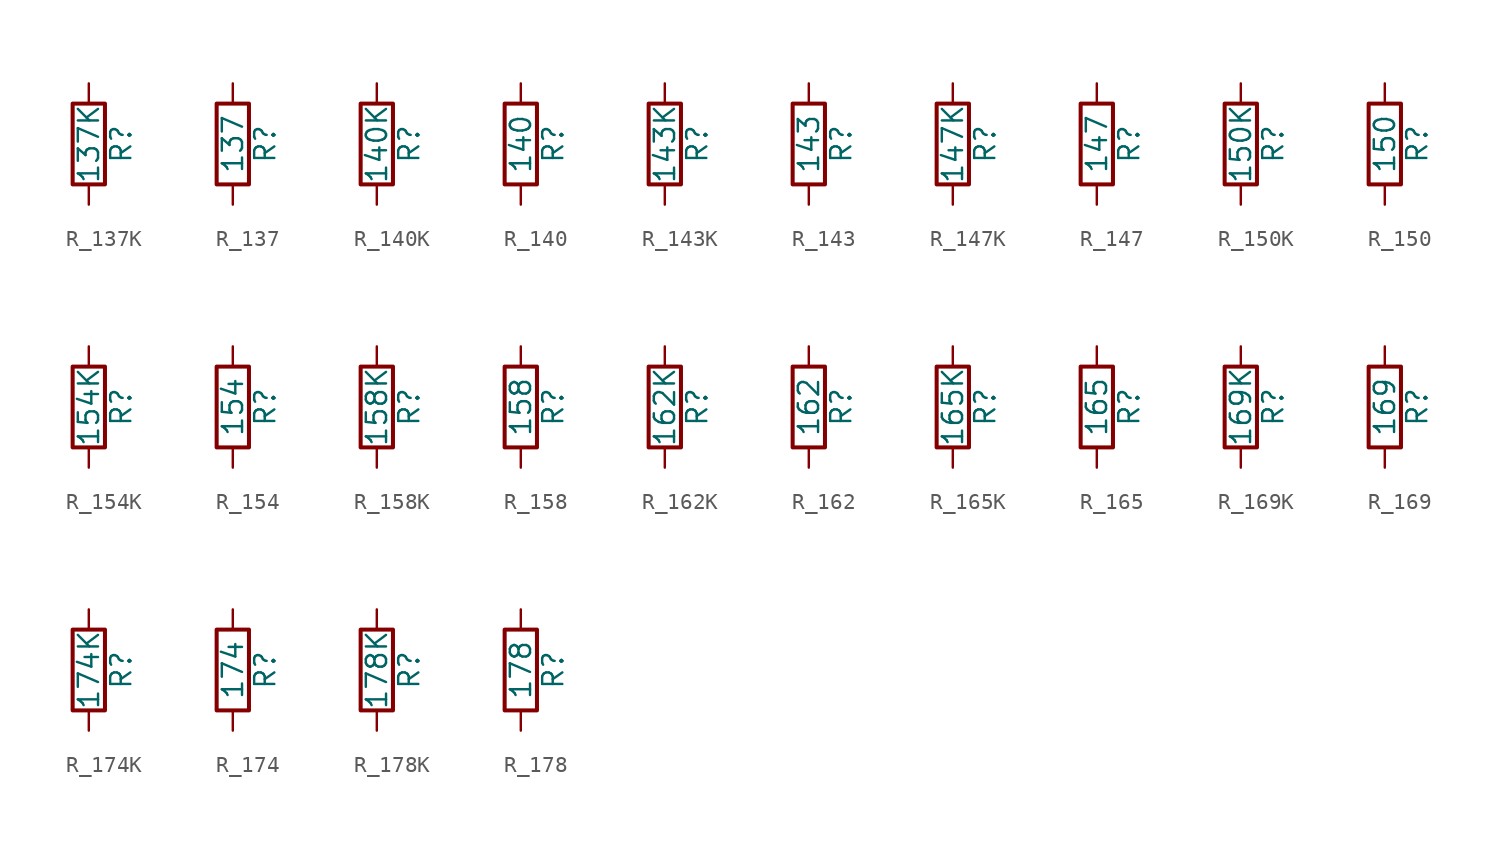
<source format=kicad_sym>
(kicad_symbol_lib
  (version 20211014)
  (generator atlantix-eda)
  (symbol "R_137K"
    (pin_numbers hide)
    (pin_names
      (offset 0))
    (property "Reference" "R"
      (at 2.032 0 90)
      (effects (font (size 1.27 1.27))))
    (property "Value" "137K"
      (at 0 0 90)
      (effects (font (size 1.27 1.27))))
    (symbol "R_137K_0_1"
      (rectangle (start -1.016 -2.54) (end 1.016 2.54) (stroke (width 0.254) (type default) (color 0 0 0 0)) (fill (type none))))
    (symbol "R_137K_1_1"
      (pin passive line (at 0 3.81 270) (length 1.27) (name "~" (effects (font (size 1.27 1.27)))) (number "1" (effects (font (size 1.27 1.27)))))
      (pin passive line (at 0 -3.81 90) (length 1.27) (name "~" (effects (font (size 1.27 1.27)))) (number "2" (effects (font (size 1.27 1.27)))))))
  (symbol "R_137"
    (pin_numbers hide)
    (pin_names
      (offset 0))
    (property "Reference" "R"
      (at 2.032 0 90)
      (effects (font (size 1.27 1.27))))
    (property "Value" "137"
      (at 0 0 90)
      (effects (font (size 1.27 1.27))))
    (symbol "R_137_0_1"
      (rectangle (start -1.016 -2.54) (end 1.016 2.54) (stroke (width 0.254) (type default) (color 0 0 0 0)) (fill (type none))))
    (symbol "R_137_1_1"
      (pin passive line (at 0 3.81 270) (length 1.27) (name "~" (effects (font (size 1.27 1.27)))) (number "1" (effects (font (size 1.27 1.27)))))
      (pin passive line (at 0 -3.81 90) (length 1.27) (name "~" (effects (font (size 1.27 1.27)))) (number "2" (effects (font (size 1.27 1.27)))))))
  (symbol "R_140K"
    (pin_numbers hide)
    (pin_names
      (offset 0))
    (property "Reference" "R"
      (at 2.032 0 90)
      (effects (font (size 1.27 1.27))))
    (property "Value" "140K"
      (at 0 0 90)
      (effects (font (size 1.27 1.27))))
    (symbol "R_140K_0_1"
      (rectangle (start -1.016 -2.54) (end 1.016 2.54) (stroke (width 0.254) (type default) (color 0 0 0 0)) (fill (type none))))
    (symbol "R_140K_1_1"
      (pin passive line (at 0 3.81 270) (length 1.27) (name "~" (effects (font (size 1.27 1.27)))) (number "1" (effects (font (size 1.27 1.27)))))
      (pin passive line (at 0 -3.81 90) (length 1.27) (name "~" (effects (font (size 1.27 1.27)))) (number "2" (effects (font (size 1.27 1.27)))))))
  (symbol "R_140"
    (pin_numbers hide)
    (pin_names
      (offset 0))
    (property "Reference" "R"
      (at 2.032 0 90)
      (effects (font (size 1.27 1.27))))
    (property "Value" "140"
      (at 0 0 90)
      (effects (font (size 1.27 1.27))))
    (symbol "R_140_0_1"
      (rectangle (start -1.016 -2.54) (end 1.016 2.54) (stroke (width 0.254) (type default) (color 0 0 0 0)) (fill (type none))))
    (symbol "R_140_1_1"
      (pin passive line (at 0 3.81 270) (length 1.27) (name "~" (effects (font (size 1.27 1.27)))) (number "1" (effects (font (size 1.27 1.27)))))
      (pin passive line (at 0 -3.81 90) (length 1.27) (name "~" (effects (font (size 1.27 1.27)))) (number "2" (effects (font (size 1.27 1.27)))))))
  (symbol "R_143K"
    (pin_numbers hide)
    (pin_names
      (offset 0))
    (property "Reference" "R"
      (at 2.032 0 90)
      (effects (font (size 1.27 1.27))))
    (property "Value" "143K"
      (at 0 0 90)
      (effects (font (size 1.27 1.27))))
    (symbol "R_143K_0_1"
      (rectangle (start -1.016 -2.54) (end 1.016 2.54) (stroke (width 0.254) (type default) (color 0 0 0 0)) (fill (type none))))
    (symbol "R_143K_1_1"
      (pin passive line (at 0 3.81 270) (length 1.27) (name "~" (effects (font (size 1.27 1.27)))) (number "1" (effects (font (size 1.27 1.27)))))
      (pin passive line (at 0 -3.81 90) (length 1.27) (name "~" (effects (font (size 1.27 1.27)))) (number "2" (effects (font (size 1.27 1.27)))))))
  (symbol "R_143"
    (pin_numbers hide)
    (pin_names
      (offset 0))
    (property "Reference" "R"
      (at 2.032 0 90)
      (effects (font (size 1.27 1.27))))
    (property "Value" "143"
      (at 0 0 90)
      (effects (font (size 1.27 1.27))))
    (symbol "R_143_0_1"
      (rectangle (start -1.016 -2.54) (end 1.016 2.54) (stroke (width 0.254) (type default) (color 0 0 0 0)) (fill (type none))))
    (symbol "R_143_1_1"
      (pin passive line (at 0 3.81 270) (length 1.27) (name "~" (effects (font (size 1.27 1.27)))) (number "1" (effects (font (size 1.27 1.27)))))
      (pin passive line (at 0 -3.81 90) (length 1.27) (name "~" (effects (font (size 1.27 1.27)))) (number "2" (effects (font (size 1.27 1.27)))))))
  (symbol "R_147K"
    (pin_numbers hide)
    (pin_names
      (offset 0))
    (property "Reference" "R"
      (at 2.032 0 90)
      (effects (font (size 1.27 1.27))))
    (property "Value" "147K"
      (at 0 0 90)
      (effects (font (size 1.27 1.27))))
    (symbol "R_147K_0_1"
      (rectangle (start -1.016 -2.54) (end 1.016 2.54) (stroke (width 0.254) (type default) (color 0 0 0 0)) (fill (type none))))
    (symbol "R_147K_1_1"
      (pin passive line (at 0 3.81 270) (length 1.27) (name "~" (effects (font (size 1.27 1.27)))) (number "1" (effects (font (size 1.27 1.27)))))
      (pin passive line (at 0 -3.81 90) (length 1.27) (name "~" (effects (font (size 1.27 1.27)))) (number "2" (effects (font (size 1.27 1.27)))))))
  (symbol "R_147"
    (pin_numbers hide)
    (pin_names
      (offset 0))
    (property "Reference" "R"
      (at 2.032 0 90)
      (effects (font (size 1.27 1.27))))
    (property "Value" "147"
      (at 0 0 90)
      (effects (font (size 1.27 1.27))))
    (symbol "R_147_0_1"
      (rectangle (start -1.016 -2.54) (end 1.016 2.54) (stroke (width 0.254) (type default) (color 0 0 0 0)) (fill (type none))))
    (symbol "R_147_1_1"
      (pin passive line (at 0 3.81 270) (length 1.27) (name "~" (effects (font (size 1.27 1.27)))) (number "1" (effects (font (size 1.27 1.27)))))
      (pin passive line (at 0 -3.81 90) (length 1.27) (name "~" (effects (font (size 1.27 1.27)))) (number "2" (effects (font (size 1.27 1.27)))))))
  (symbol "R_150K"
    (pin_numbers hide)
    (pin_names
      (offset 0))
    (property "Reference" "R"
      (at 2.032 0 90)
      (effects (font (size 1.27 1.27))))
    (property "Value" "150K"
      (at 0 0 90)
      (effects (font (size 1.27 1.27))))
    (symbol "R_150K_0_1"
      (rectangle (start -1.016 -2.54) (end 1.016 2.54) (stroke (width 0.254) (type default) (color 0 0 0 0)) (fill (type none))))
    (symbol "R_150K_1_1"
      (pin passive line (at 0 3.81 270) (length 1.27) (name "~" (effects (font (size 1.27 1.27)))) (number "1" (effects (font (size 1.27 1.27)))))
      (pin passive line (at 0 -3.81 90) (length 1.27) (name "~" (effects (font (size 1.27 1.27)))) (number "2" (effects (font (size 1.27 1.27)))))))
  (symbol "R_150"
    (pin_numbers hide)
    (pin_names
      (offset 0))
    (property "Reference" "R"
      (at 2.032 0 90)
      (effects (font (size 1.27 1.27))))
    (property "Value" "150"
      (at 0 0 90)
      (effects (font (size 1.27 1.27))))
    (symbol "R_150_0_1"
      (rectangle (start -1.016 -2.54) (end 1.016 2.54) (stroke (width 0.254) (type default) (color 0 0 0 0)) (fill (type none))))
    (symbol "R_150_1_1"
      (pin passive line (at 0 3.81 270) (length 1.27) (name "~" (effects (font (size 1.27 1.27)))) (number "1" (effects (font (size 1.27 1.27)))))
      (pin passive line (at 0 -3.81 90) (length 1.27) (name "~" (effects (font (size 1.27 1.27)))) (number "2" (effects (font (size 1.27 1.27)))))))
  (symbol "R_154K"
    (pin_numbers hide)
    (pin_names
      (offset 0))
    (property "Reference" "R"
      (at 2.032 0 90)
      (effects (font (size 1.27 1.27))))
    (property "Value" "154K"
      (at 0 0 90)
      (effects (font (size 1.27 1.27))))
    (symbol "R_154K_0_1"
      (rectangle (start -1.016 -2.54) (end 1.016 2.54) (stroke (width 0.254) (type default) (color 0 0 0 0)) (fill (type none))))
    (symbol "R_154K_1_1"
      (pin passive line (at 0 3.81 270) (length 1.27) (name "~" (effects (font (size 1.27 1.27)))) (number "1" (effects (font (size 1.27 1.27)))))
      (pin passive line (at 0 -3.81 90) (length 1.27) (name "~" (effects (font (size 1.27 1.27)))) (number "2" (effects (font (size 1.27 1.27)))))))
  (symbol "R_154"
    (pin_numbers hide)
    (pin_names
      (offset 0))
    (property "Reference" "R"
      (at 2.032 0 90)
      (effects (font (size 1.27 1.27))))
    (property "Value" "154"
      (at 0 0 90)
      (effects (font (size 1.27 1.27))))
    (symbol "R_154_0_1"
      (rectangle (start -1.016 -2.54) (end 1.016 2.54) (stroke (width 0.254) (type default) (color 0 0 0 0)) (fill (type none))))
    (symbol "R_154_1_1"
      (pin passive line (at 0 3.81 270) (length 1.27) (name "~" (effects (font (size 1.27 1.27)))) (number "1" (effects (font (size 1.27 1.27)))))
      (pin passive line (at 0 -3.81 90) (length 1.27) (name "~" (effects (font (size 1.27 1.27)))) (number "2" (effects (font (size 1.27 1.27)))))))
  (symbol "R_158K"
    (pin_numbers hide)
    (pin_names
      (offset 0))
    (property "Reference" "R"
      (at 2.032 0 90)
      (effects (font (size 1.27 1.27))))
    (property "Value" "158K"
      (at 0 0 90)
      (effects (font (size 1.27 1.27))))
    (symbol "R_158K_0_1"
      (rectangle (start -1.016 -2.54) (end 1.016 2.54) (stroke (width 0.254) (type default) (color 0 0 0 0)) (fill (type none))))
    (symbol "R_158K_1_1"
      (pin passive line (at 0 3.81 270) (length 1.27) (name "~" (effects (font (size 1.27 1.27)))) (number "1" (effects (font (size 1.27 1.27)))))
      (pin passive line (at 0 -3.81 90) (length 1.27) (name "~" (effects (font (size 1.27 1.27)))) (number "2" (effects (font (size 1.27 1.27)))))))
  (symbol "R_158"
    (pin_numbers hide)
    (pin_names
      (offset 0))
    (property "Reference" "R"
      (at 2.032 0 90)
      (effects (font (size 1.27 1.27))))
    (property "Value" "158"
      (at 0 0 90)
      (effects (font (size 1.27 1.27))))
    (symbol "R_158_0_1"
      (rectangle (start -1.016 -2.54) (end 1.016 2.54) (stroke (width 0.254) (type default) (color 0 0 0 0)) (fill (type none))))
    (symbol "R_158_1_1"
      (pin passive line (at 0 3.81 270) (length 1.27) (name "~" (effects (font (size 1.27 1.27)))) (number "1" (effects (font (size 1.27 1.27)))))
      (pin passive line (at 0 -3.81 90) (length 1.27) (name "~" (effects (font (size 1.27 1.27)))) (number "2" (effects (font (size 1.27 1.27)))))))
  (symbol "R_162K"
    (pin_numbers hide)
    (pin_names
      (offset 0))
    (property "Reference" "R"
      (at 2.032 0 90)
      (effects (font (size 1.27 1.27))))
    (property "Value" "162K"
      (at 0 0 90)
      (effects (font (size 1.27 1.27))))
    (symbol "R_162K_0_1"
      (rectangle (start -1.016 -2.54) (end 1.016 2.54) (stroke (width 0.254) (type default) (color 0 0 0 0)) (fill (type none))))
    (symbol "R_162K_1_1"
      (pin passive line (at 0 3.81 270) (length 1.27) (name "~" (effects (font (size 1.27 1.27)))) (number "1" (effects (font (size 1.27 1.27)))))
      (pin passive line (at 0 -3.81 90) (length 1.27) (name "~" (effects (font (size 1.27 1.27)))) (number "2" (effects (font (size 1.27 1.27)))))))
  (symbol "R_162"
    (pin_numbers hide)
    (pin_names
      (offset 0))
    (property "Reference" "R"
      (at 2.032 0 90)
      (effects (font (size 1.27 1.27))))
    (property "Value" "162"
      (at 0 0 90)
      (effects (font (size 1.27 1.27))))
    (symbol "R_162_0_1"
      (rectangle (start -1.016 -2.54) (end 1.016 2.54) (stroke (width 0.254) (type default) (color 0 0 0 0)) (fill (type none))))
    (symbol "R_162_1_1"
      (pin passive line (at 0 3.81 270) (length 1.27) (name "~" (effects (font (size 1.27 1.27)))) (number "1" (effects (font (size 1.27 1.27)))))
      (pin passive line (at 0 -3.81 90) (length 1.27) (name "~" (effects (font (size 1.27 1.27)))) (number "2" (effects (font (size 1.27 1.27)))))))
  (symbol "R_165K"
    (pin_numbers hide)
    (pin_names
      (offset 0))
    (property "Reference" "R"
      (at 2.032 0 90)
      (effects (font (size 1.27 1.27))))
    (property "Value" "165K"
      (at 0 0 90)
      (effects (font (size 1.27 1.27))))
    (symbol "R_165K_0_1"
      (rectangle (start -1.016 -2.54) (end 1.016 2.54) (stroke (width 0.254) (type default) (color 0 0 0 0)) (fill (type none))))
    (symbol "R_165K_1_1"
      (pin passive line (at 0 3.81 270) (length 1.27) (name "~" (effects (font (size 1.27 1.27)))) (number "1" (effects (font (size 1.27 1.27)))))
      (pin passive line (at 0 -3.81 90) (length 1.27) (name "~" (effects (font (size 1.27 1.27)))) (number "2" (effects (font (size 1.27 1.27)))))))
  (symbol "R_165"
    (pin_numbers hide)
    (pin_names
      (offset 0))
    (property "Reference" "R"
      (at 2.032 0 90)
      (effects (font (size 1.27 1.27))))
    (property "Value" "165"
      (at 0 0 90)
      (effects (font (size 1.27 1.27))))
    (symbol "R_165_0_1"
      (rectangle (start -1.016 -2.54) (end 1.016 2.54) (stroke (width 0.254) (type default) (color 0 0 0 0)) (fill (type none))))
    (symbol "R_165_1_1"
      (pin passive line (at 0 3.81 270) (length 1.27) (name "~" (effects (font (size 1.27 1.27)))) (number "1" (effects (font (size 1.27 1.27)))))
      (pin passive line (at 0 -3.81 90) (length 1.27) (name "~" (effects (font (size 1.27 1.27)))) (number "2" (effects (font (size 1.27 1.27)))))))
  (symbol "R_169K"
    (pin_numbers hide)
    (pin_names
      (offset 0))
    (property "Reference" "R"
      (at 2.032 0 90)
      (effects (font (size 1.27 1.27))))
    (property "Value" "169K"
      (at 0 0 90)
      (effects (font (size 1.27 1.27))))
    (symbol "R_169K_0_1"
      (rectangle (start -1.016 -2.54) (end 1.016 2.54) (stroke (width 0.254) (type default) (color 0 0 0 0)) (fill (type none))))
    (symbol "R_169K_1_1"
      (pin passive line (at 0 3.81 270) (length 1.27) (name "~" (effects (font (size 1.27 1.27)))) (number "1" (effects (font (size 1.27 1.27)))))
      (pin passive line (at 0 -3.81 90) (length 1.27) (name "~" (effects (font (size 1.27 1.27)))) (number "2" (effects (font (size 1.27 1.27)))))))
  (symbol "R_169"
    (pin_numbers hide)
    (pin_names
      (offset 0))
    (property "Reference" "R"
      (at 2.032 0 90)
      (effects (font (size 1.27 1.27))))
    (property "Value" "169"
      (at 0 0 90)
      (effects (font (size 1.27 1.27))))
    (symbol "R_169_0_1"
      (rectangle (start -1.016 -2.54) (end 1.016 2.54) (stroke (width 0.254) (type default) (color 0 0 0 0)) (fill (type none))))
    (symbol "R_169_1_1"
      (pin passive line (at 0 3.81 270) (length 1.27) (name "~" (effects (font (size 1.27 1.27)))) (number "1" (effects (font (size 1.27 1.27)))))
      (pin passive line (at 0 -3.81 90) (length 1.27) (name "~" (effects (font (size 1.27 1.27)))) (number "2" (effects (font (size 1.27 1.27)))))))
  (symbol "R_174K"
    (pin_numbers hide)
    (pin_names
      (offset 0))
    (property "Reference" "R"
      (at 2.032 0 90)
      (effects (font (size 1.27 1.27))))
    (property "Value" "174K"
      (at 0 0 90)
      (effects (font (size 1.27 1.27))))
    (symbol "R_174K_0_1"
      (rectangle (start -1.016 -2.54) (end 1.016 2.54) (stroke (width 0.254) (type default) (color 0 0 0 0)) (fill (type none))))
    (symbol "R_174K_1_1"
      (pin passive line (at 0 3.81 270) (length 1.27) (name "~" (effects (font (size 1.27 1.27)))) (number "1" (effects (font (size 1.27 1.27)))))
      (pin passive line (at 0 -3.81 90) (length 1.27) (name "~" (effects (font (size 1.27 1.27)))) (number "2" (effects (font (size 1.27 1.27)))))))
  (symbol "R_174"
    (pin_numbers hide)
    (pin_names
      (offset 0))
    (property "Reference" "R"
      (at 2.032 0 90)
      (effects (font (size 1.27 1.27))))
    (property "Value" "174"
      (at 0 0 90)
      (effects (font (size 1.27 1.27))))
    (symbol "R_174_0_1"
      (rectangle (start -1.016 -2.54) (end 1.016 2.54) (stroke (width 0.254) (type default) (color 0 0 0 0)) (fill (type none))))
    (symbol "R_174_1_1"
      (pin passive line (at 0 3.81 270) (length 1.27) (name "~" (effects (font (size 1.27 1.27)))) (number "1" (effects (font (size 1.27 1.27)))))
      (pin passive line (at 0 -3.81 90) (length 1.27) (name "~" (effects (font (size 1.27 1.27)))) (number "2" (effects (font (size 1.27 1.27)))))))
  (symbol "R_178K"
    (pin_numbers hide)
    (pin_names
      (offset 0))
    (property "Reference" "R"
      (at 2.032 0 90)
      (effects (font (size 1.27 1.27))))
    (property "Value" "178K"
      (at 0 0 90)
      (effects (font (size 1.27 1.27))))
    (symbol "R_178K_0_1"
      (rectangle (start -1.016 -2.54) (end 1.016 2.54) (stroke (width 0.254) (type default) (color 0 0 0 0)) (fill (type none))))
    (symbol "R_178K_1_1"
      (pin passive line (at 0 3.81 270) (length 1.27) (name "~" (effects (font (size 1.27 1.27)))) (number "1" (effects (font (size 1.27 1.27)))))
      (pin passive line (at 0 -3.81 90) (length 1.27) (name "~" (effects (font (size 1.27 1.27)))) (number "2" (effects (font (size 1.27 1.27)))))))
  (symbol "R_178"
    (pin_numbers hide)
    (pin_names
      (offset 0))
    (property "Reference" "R"
      (at 2.032 0 90)
      (effects (font (size 1.27 1.27))))
    (property "Value" "178"
      (at 0 0 90)
      (effects (font (size 1.27 1.27))))
    (symbol "R_178_0_1"
      (rectangle (start -1.016 -2.54) (end 1.016 2.54) (stroke (width 0.254) (type default) (color 0 0 0 0)) (fill (type none))))
    (symbol "R_178_1_1"
      (pin passive line (at 0 3.81 270) (length 1.27) (name "~" (effects (font (size 1.27 1.27)))) (number "1" (effects (font (size 1.27 1.27)))))
      (pin passive line (at 0 -3.81 90) (length 1.27) (name "~" (effects (font (size 1.27 1.27)))) (number "2" (effects (font (size 1.27 1.27))))))))
</source>
